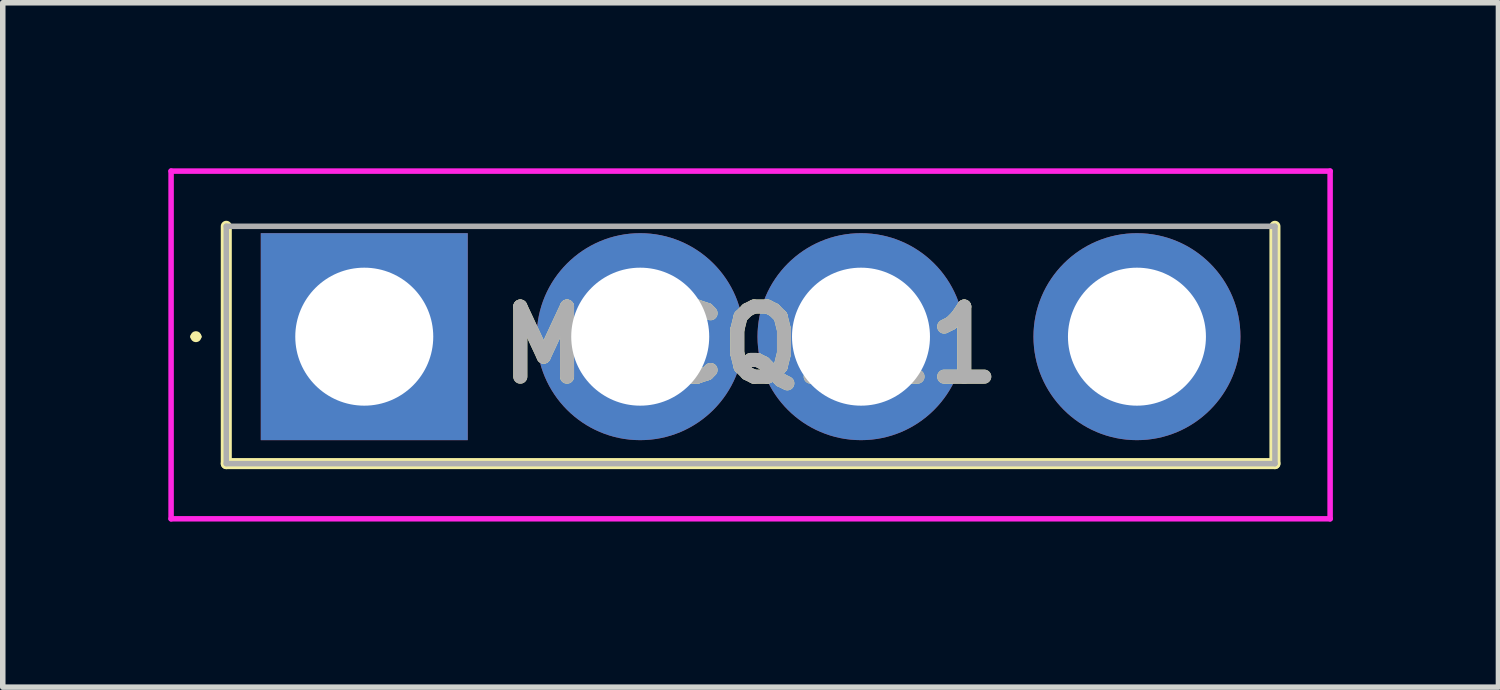
<source format=kicad_pcb>
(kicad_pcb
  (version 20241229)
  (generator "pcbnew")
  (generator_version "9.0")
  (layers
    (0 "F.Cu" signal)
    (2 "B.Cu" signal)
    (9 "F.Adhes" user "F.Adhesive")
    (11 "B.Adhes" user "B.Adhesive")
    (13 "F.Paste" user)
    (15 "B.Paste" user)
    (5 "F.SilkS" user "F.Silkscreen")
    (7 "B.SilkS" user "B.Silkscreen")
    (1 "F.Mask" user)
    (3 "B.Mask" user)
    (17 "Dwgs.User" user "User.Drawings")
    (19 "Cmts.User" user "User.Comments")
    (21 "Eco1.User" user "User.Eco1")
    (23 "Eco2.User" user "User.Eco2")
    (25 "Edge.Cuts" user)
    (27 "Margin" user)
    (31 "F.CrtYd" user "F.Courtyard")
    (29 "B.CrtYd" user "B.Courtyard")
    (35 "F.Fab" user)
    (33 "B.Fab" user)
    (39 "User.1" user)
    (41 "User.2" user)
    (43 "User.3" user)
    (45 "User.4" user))
  (footprint "MCCQ121"
    (layer "F.Cu")
    (at 3.55 3.05)
    (property "Reference" "MCCQ121" (at 7 0.15 0) (layer "F.SilkS") (effects (font (size 1.27 1.27) (thickness 0.254))))
    (attr through_hole)
    (fp_line (start -3.1 0) (end -3.1 0) (stroke (width 0.1) (type solid)) (layer "F.SilkS"))
    (fp_line (start -3 0) (end -3 0) (stroke (width 0.1) (type solid)) (layer "F.SilkS"))
    (fp_line (start -2.5 2.3) (end -2.5 -2) (stroke (width 0.2) (type solid)) (layer "F.SilkS"))
    (fp_line (start 16.5 -2) (end 16.5 2.3) (stroke (width 0.2) (type solid)) (layer "F.SilkS"))
    (fp_line (start 16.5 2.3) (end -2.5 2.3) (stroke (width 0.2) (type solid)) (layer "F.SilkS"))
    (fp_arc (start -3.1 0) (mid -3.05 -0.05) (end -3 0) (stroke (width 0.1) (type solid)) (layer "F.SilkS"))
    (fp_arc (start -3 0) (mid -3.05 0.05) (end -3.1 0) (stroke (width 0.1) (type solid)) (layer "F.SilkS"))
    (fp_line (start -3.5 -3) (end 17.5 -3) (stroke (width 0.1) (type solid)) (layer "F.CrtYd"))
    (fp_line (start -3.5 3.3) (end -3.5 -3) (stroke (width 0.1) (type solid)) (layer "F.CrtYd"))
    (fp_line (start 17.5 -3) (end 17.5 3.3) (stroke (width 0.1) (type solid)) (layer "F.CrtYd"))
    (fp_line (start 17.5 3.3) (end -3.5 3.3) (stroke (width 0.1) (type solid)) (layer "F.CrtYd"))
    (fp_line (start -2.5 -2) (end 16.5 -2) (stroke (width 0.1) (type solid)) (layer "F.Fab"))
    (fp_line (start -2.5 2.3) (end -2.5 -2) (stroke (width 0.1) (type solid)) (layer "F.Fab"))
    (fp_line (start 16.5 -2) (end 16.5 2.3) (stroke (width 0.1) (type solid)) (layer "F.Fab"))
    (fp_line (start 16.5 2.3) (end -2.5 2.3) (stroke (width 0.1) (type solid)) (layer "F.Fab"))
    (fp_text user "${REFERENCE}" (at 7 0.15 0) (layer "F.Fab") (effects (font (size 1.27 1.27) (thickness 0.254))))
    (pad "1" thru_hole rect (at 0 0) (size 3.75 3.75) (drill 2.5) (layers "*.Cu" "*.Mask"))
    (pad "2" thru_hole circle (at 5 0) (size 3.75 3.75) (drill 2.5) (layers "*.Cu" "*.Mask"))
    (pad "3" thru_hole circle (at 9 0) (size 3.75 3.75) (drill 2.5) (layers "*.Cu" "*.Mask"))
    (pad "4" thru_hole circle (at 14 0) (size 3.75 3.75) (drill 2.5) (layers "*.Cu" "*.Mask")))
  (gr_rect
    (start -3 -3)
    (end 24.1 9.4)
    (stroke (width 0.1) (type default))
    (fill no)
    (layer "Edge.Cuts")))
</source>
